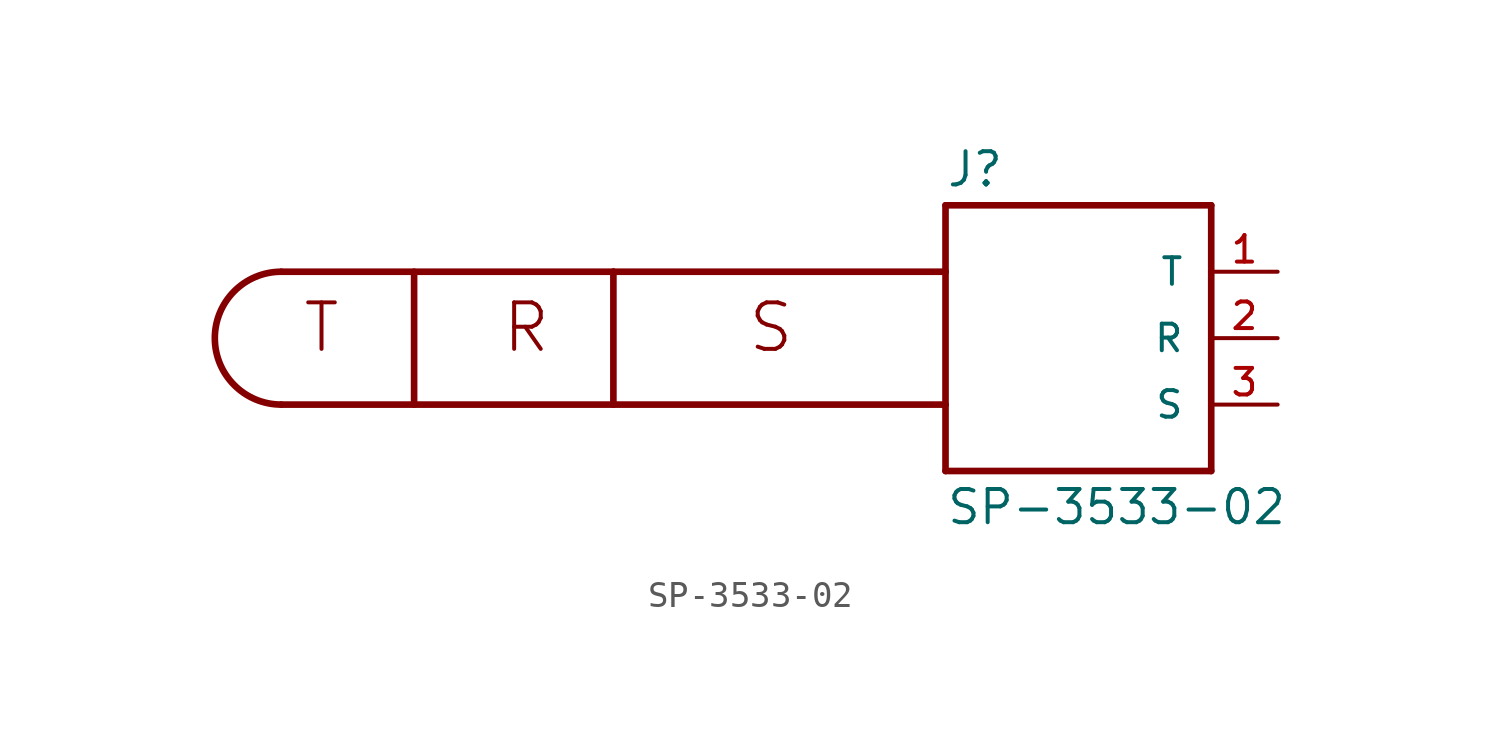
<source format=kicad_sym>
(kicad_symbol_lib
  (version 20211014)
  (generator kicad_symbol_editor)
  (symbol "SP-3533-02"
    (pin_names
      (offset 1.016))
    (property "Reference" "J"
      (at -10.16 5.715 0)
      (effects (font (size 1.27 1.27)) (justify bottom left)))
    (property "Value" "SP-3533-02"
      (at -10.16 -5.715 0)
      (effects (font (size 1.27 1.27)) (justify top left)))
    (symbol "SP-3533-02_0_0"
      (polyline (pts (xy 0.0 5.08) (xy 0.0 -5.08)) (stroke (width 0.254)))
      (polyline (pts (xy 0.0 -5.08) (xy -10.16 -5.08)) (stroke (width 0.254)))
      (polyline (pts (xy -10.16 -5.08) (xy -10.16 -2.54)) (stroke (width 0.254)))
      (polyline (pts (xy -10.16 -2.54) (xy -10.16 2.54)) (stroke (width 0.254)))
      (polyline (pts (xy -10.16 2.54) (xy -10.16 5.08)) (stroke (width 0.254)))
      (polyline (pts (xy -10.16 5.08) (xy 0.0 5.08)) (stroke (width 0.254)))
      (polyline (pts (xy -10.16 2.54) (xy -22.86 2.54)) (stroke (width 0.254)))
      (polyline (pts (xy -22.86 2.54) (xy -35.56 2.54)) (stroke (width 0.254)))
      (polyline (pts (xy -10.16 -2.54) (xy -22.86 -2.54)) (stroke (width 0.254)))
      (polyline (pts (xy -22.86 -2.54) (xy -35.56 -2.54)) (stroke (width 0.254)))
      (arc (start -35.56 -2.54) (mid -38.1 0.0) (end -35.56 2.54) (stroke (width 0.254) (type default) (color 0 0 0 0)) (fill (type none)))
      (polyline (pts (xy -30.48 2.54) (xy -30.48 -2.54)) (stroke (width 0.254)))
      (polyline (pts (xy -22.86 2.54) (xy -22.86 -2.54)) (stroke (width 0.254)))
      (text "T" (at -34.798 -0.635 0) (effects (font (size 1.778 1.778)) (justify bottom left)))
      (text "R" (at -27.178 -0.635 0) (effects (font (size 1.778 1.778)) (justify bottom left)))
      (text "S" (at -17.78 -0.635 0) (effects (font (size 1.778 1.778)) (justify bottom left)))
      (pin passive line (at 2.54 2.54 180.0) (length 2.54) (name "T" (effects (font (size 1.016 1.016)))) (number "1" (effects (font (size 1.016 1.016)))))
      (pin passive line (at 2.54 -2.54 180.0) (length 2.54) (name "S" (effects (font (size 1.016 1.016)))) (number "3" (effects (font (size 1.016 1.016)))))
      (pin passive line (at 2.54 0.0 180.0) (length 2.54) (name "R" (effects (font (size 1.016 1.016)))) (number "2" (effects (font (size 1.016 1.016))))))))
</source>
